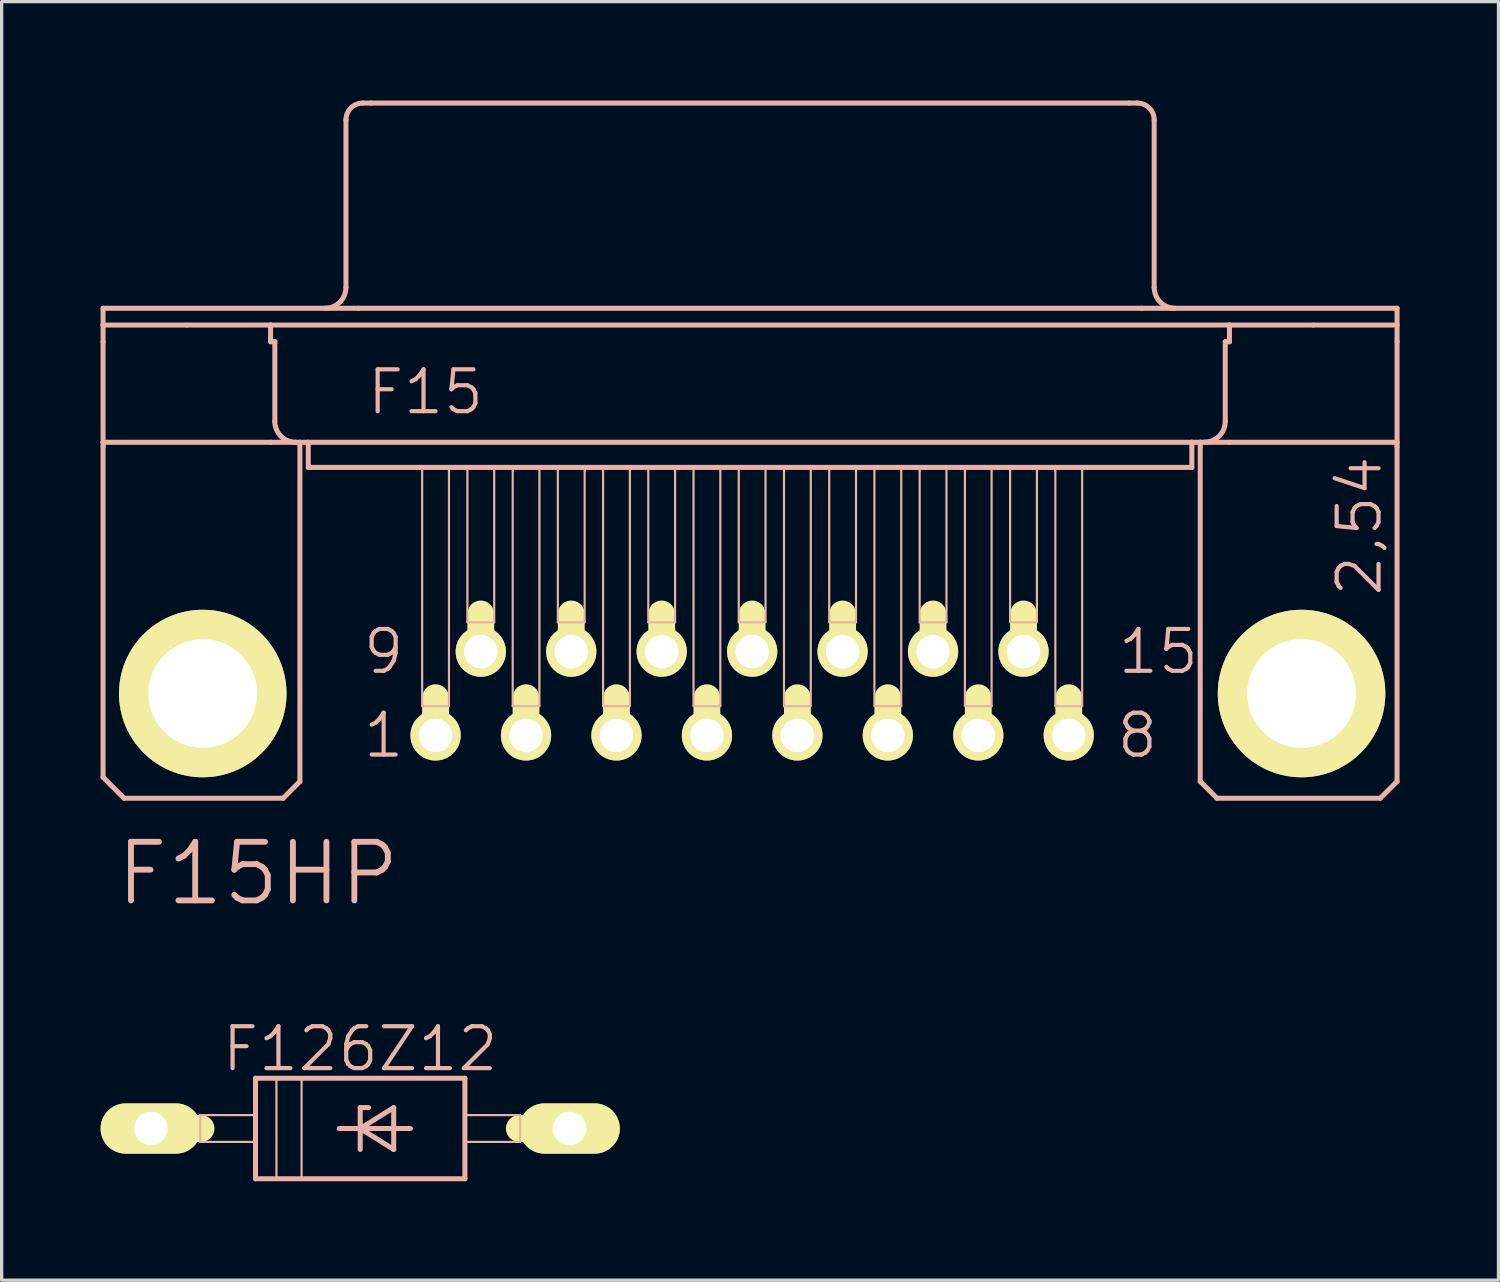
<source format=kicad_pcb>
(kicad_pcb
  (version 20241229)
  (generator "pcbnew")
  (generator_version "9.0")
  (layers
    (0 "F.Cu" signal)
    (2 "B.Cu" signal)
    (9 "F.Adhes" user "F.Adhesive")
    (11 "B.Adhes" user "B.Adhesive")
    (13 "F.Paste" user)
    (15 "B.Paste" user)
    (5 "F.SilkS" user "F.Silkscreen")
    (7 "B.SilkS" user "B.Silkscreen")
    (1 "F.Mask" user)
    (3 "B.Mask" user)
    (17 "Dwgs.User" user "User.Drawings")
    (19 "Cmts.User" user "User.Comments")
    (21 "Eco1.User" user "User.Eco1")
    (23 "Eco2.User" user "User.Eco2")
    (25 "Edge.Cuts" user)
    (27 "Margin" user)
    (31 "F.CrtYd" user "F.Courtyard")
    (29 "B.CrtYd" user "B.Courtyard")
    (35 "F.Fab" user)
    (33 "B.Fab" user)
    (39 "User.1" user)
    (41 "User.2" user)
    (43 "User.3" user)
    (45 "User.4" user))
  (footprint "F15HP"
    (layer "F.Cu")
    (at 19.761 17.983)
    (property "Reference" "F15HP" (at -14.986 5.461 0) (layer "B.SilkS") (effects (font (size 1.778 1.778) (thickness 0.178))))
    (attr exclude_from_pos_files exclude_from_bom)
    (fp_line (start -9.601 1.143) (end -9.601 0.127) (stroke (width 0.813) (type solid)) (layer "F.SilkS"))
    (fp_line (start -8.23 -1.397) (end -8.23 -2.413) (stroke (width 0.813) (type solid)) (layer "F.SilkS"))
    (fp_line (start -6.858 1.143) (end -6.858 0.127) (stroke (width 0.813) (type solid)) (layer "F.SilkS"))
    (fp_line (start -5.486 -1.397) (end -5.486 -2.413) (stroke (width 0.813) (type solid)) (layer "F.SilkS"))
    (fp_line (start -4.115 1.143) (end -4.115 0.127) (stroke (width 0.813) (type solid)) (layer "F.SilkS"))
    (fp_line (start -2.743 -1.397) (end -2.743 -2.413) (stroke (width 0.813) (type solid)) (layer "F.SilkS"))
    (fp_line (start -1.372 1.143) (end -1.372 0.127) (stroke (width 0.813) (type solid)) (layer "F.SilkS"))
    (fp_line (start 0 -1.397) (end 0 -2.413) (stroke (width 0.813) (type solid)) (layer "F.SilkS"))
    (fp_line (start 1.372 1.143) (end 1.372 0.127) (stroke (width 0.813) (type solid)) (layer "F.SilkS"))
    (fp_line (start 2.743 -1.397) (end 2.743 -2.413) (stroke (width 0.813) (type solid)) (layer "F.SilkS"))
    (fp_line (start 4.115 1.143) (end 4.115 0.127) (stroke (width 0.813) (type solid)) (layer "F.SilkS"))
    (fp_line (start 5.486 -1.397) (end 5.486 -2.413) (stroke (width 0.813) (type solid)) (layer "F.SilkS"))
    (fp_line (start 6.858 1.143) (end 6.858 0.127) (stroke (width 0.813) (type solid)) (layer "F.SilkS"))
    (fp_line (start 8.23 -1.397) (end 8.23 -2.413) (stroke (width 0.813) (type solid)) (layer "F.SilkS"))
    (fp_line (start 9.601 1.143) (end 9.601 0.127) (stroke (width 0.813) (type solid)) (layer "F.SilkS"))
    (fp_line (start -19.685 -11.684) (end -11.938 -11.684) (stroke (width 0.152) (type solid)) (layer "B.SilkS"))
    (fp_line (start -19.685 -11.684) (end 19.558 -11.684) (stroke (width 0.066) (type solid)) (layer "B.SilkS"))
    (fp_line (start -19.685 -11.176) (end -19.685 -11.684) (stroke (width 0.066) (type solid)) (layer "B.SilkS"))
    (fp_line (start -19.685 -11.176) (end -19.685 -11.684) (stroke (width 0.152) (type solid)) (layer "B.SilkS"))
    (fp_line (start -19.685 -11.176) (end -17.145 -11.176) (stroke (width 0.152) (type solid)) (layer "B.SilkS"))
    (fp_line (start -19.685 -11.176) (end 19.558 -11.176) (stroke (width 0.066) (type solid)) (layer "B.SilkS"))
    (fp_line (start -19.685 -10.668) (end -19.685 -11.176) (stroke (width 0.152) (type solid)) (layer "B.SilkS"))
    (fp_line (start -19.685 -7.62) (end -19.685 -10.668) (stroke (width 0.152) (type solid)) (layer "B.SilkS"))
    (fp_line (start -19.685 -7.62) (end -19.685 -7.493) (stroke (width 0.152) (type solid)) (layer "B.SilkS"))
    (fp_line (start -19.685 -7.62) (end -14.605 -7.62) (stroke (width 0.152) (type solid)) (layer "B.SilkS"))
    (fp_line (start -19.685 2.54) (end -19.685 -7.493) (stroke (width 0.152) (type solid)) (layer "B.SilkS"))
    (fp_line (start -19.05 3.175) (end -19.685 2.54) (stroke (width 0.152) (type solid)) (layer "B.SilkS"))
    (fp_line (start -17.145 -11.176) (end -14.605 -11.176) (stroke (width 0.152) (type solid)) (layer "B.SilkS"))
    (fp_line (start -14.605 -11.176) (end 14.475 -11.176) (stroke (width 0.152) (type solid)) (layer "B.SilkS"))
    (fp_line (start -14.605 -10.668) (end -14.605 -11.176) (stroke (width 0.152) (type solid)) (layer "B.SilkS"))
    (fp_line (start -14.605 -10.668) (end -14.475 -10.668) (stroke (width 0.152) (type solid)) (layer "B.SilkS"))
    (fp_line (start -14.605 -7.62) (end -13.716 -7.62) (stroke (width 0.152) (type solid)) (layer "B.SilkS"))
    (fp_line (start -14.475 -8.255) (end -14.475 -10.668) (stroke (width 0.152) (type solid)) (layer "B.SilkS"))
    (fp_line (start -14.224 3.175) (end -19.05 3.175) (stroke (width 0.152) (type solid)) (layer "B.SilkS"))
    (fp_line (start -14.224 3.175) (end -13.716 2.667) (stroke (width 0.152) (type solid)) (layer "B.SilkS"))
    (fp_line (start -13.716 -7.62) (end -13.462 -7.62) (stroke (width 0.152) (type solid)) (layer "B.SilkS"))
    (fp_line (start -13.716 2.667) (end -13.716 -7.62) (stroke (width 0.152) (type solid)) (layer "B.SilkS"))
    (fp_line (start -13.462 -7.62) (end -13.462 -6.858) (stroke (width 0.152) (type solid)) (layer "B.SilkS"))
    (fp_line (start -13.462 -7.62) (end 13.335 -7.62) (stroke (width 0.066) (type solid)) (layer "B.SilkS"))
    (fp_line (start -13.462 -7.62) (end 13.335 -7.62) (stroke (width 0.152) (type solid)) (layer "B.SilkS"))
    (fp_line (start -13.462 -6.858) (end -13.462 -7.62) (stroke (width 0.066) (type solid)) (layer "B.SilkS"))
    (fp_line (start -13.462 -6.858) (end 13.335 -6.858) (stroke (width 0.066) (type solid)) (layer "B.SilkS"))
    (fp_line (start -13.462 -6.858) (end 13.335 -6.858) (stroke (width 0.152) (type solid)) (layer "B.SilkS"))
    (fp_line (start -12.319 -12.319) (end -12.319 -17.399) (stroke (width 0.152) (type solid)) (layer "B.SilkS"))
    (fp_line (start -11.938 -11.684) (end 11.811 -11.684) (stroke (width 0.152) (type solid)) (layer "B.SilkS"))
    (fp_line (start -11.811 -17.907) (end -11.557 -17.907) (stroke (width 0.152) (type solid)) (layer "B.SilkS"))
    (fp_line (start -11.557 -17.907) (end 11.43 -17.907) (stroke (width 0.152) (type solid)) (layer "B.SilkS"))
    (fp_line (start -10.008 -6.858) (end -9.195 -6.858) (stroke (width 0.066) (type solid)) (layer "B.SilkS"))
    (fp_line (start -10.008 0.381) (end -10.008 -6.858) (stroke (width 0.066) (type solid)) (layer "B.SilkS"))
    (fp_line (start -10.008 0.381) (end -9.195 0.381) (stroke (width 0.066) (type solid)) (layer "B.SilkS"))
    (fp_line (start -9.195 0.381) (end -9.195 -6.858) (stroke (width 0.066) (type solid)) (layer "B.SilkS"))
    (fp_line (start -8.636 -6.858) (end -7.823 -6.858) (stroke (width 0.066) (type solid)) (layer "B.SilkS"))
    (fp_line (start -8.636 -2.159) (end -8.636 -6.858) (stroke (width 0.066) (type solid)) (layer "B.SilkS"))
    (fp_line (start -8.636 -2.159) (end -7.823 -2.159) (stroke (width 0.066) (type solid)) (layer "B.SilkS"))
    (fp_line (start -7.823 -2.159) (end -7.823 -6.858) (stroke (width 0.066) (type solid)) (layer "B.SilkS"))
    (fp_line (start -7.262 -6.858) (end -6.452 -6.858) (stroke (width 0.066) (type solid)) (layer "B.SilkS"))
    (fp_line (start -7.262 0.381) (end -7.262 -6.858) (stroke (width 0.066) (type solid)) (layer "B.SilkS"))
    (fp_line (start -7.262 0.381) (end -6.452 0.381) (stroke (width 0.066) (type solid)) (layer "B.SilkS"))
    (fp_line (start -6.452 0.381) (end -6.452 -6.858) (stroke (width 0.066) (type solid)) (layer "B.SilkS"))
    (fp_line (start -5.893 -6.858) (end -5.08 -6.858) (stroke (width 0.066) (type solid)) (layer "B.SilkS"))
    (fp_line (start -5.893 -2.159) (end -5.893 -6.858) (stroke (width 0.066) (type solid)) (layer "B.SilkS"))
    (fp_line (start -5.893 -2.159) (end -5.08 -2.159) (stroke (width 0.066) (type solid)) (layer "B.SilkS"))
    (fp_line (start -5.08 -2.159) (end -5.08 -6.858) (stroke (width 0.066) (type solid)) (layer "B.SilkS"))
    (fp_line (start -4.521 -6.858) (end -3.708 -6.858) (stroke (width 0.066) (type solid)) (layer "B.SilkS"))
    (fp_line (start -4.521 0.381) (end -4.521 -6.858) (stroke (width 0.066) (type solid)) (layer "B.SilkS"))
    (fp_line (start -4.521 0.381) (end -3.708 0.381) (stroke (width 0.066) (type solid)) (layer "B.SilkS"))
    (fp_line (start -3.708 0.381) (end -3.708 -6.858) (stroke (width 0.066) (type solid)) (layer "B.SilkS"))
    (fp_line (start -3.15 -6.858) (end -2.337 -6.858) (stroke (width 0.066) (type solid)) (layer "B.SilkS"))
    (fp_line (start -3.15 -2.159) (end -3.15 -6.858) (stroke (width 0.066) (type solid)) (layer "B.SilkS"))
    (fp_line (start -3.15 -2.159) (end -2.337 -2.159) (stroke (width 0.066) (type solid)) (layer "B.SilkS"))
    (fp_line (start -2.337 -2.159) (end -2.337 -6.858) (stroke (width 0.066) (type solid)) (layer "B.SilkS"))
    (fp_line (start -1.778 -6.858) (end -0.965 -6.858) (stroke (width 0.066) (type solid)) (layer "B.SilkS"))
    (fp_line (start -1.778 0.381) (end -1.778 -6.858) (stroke (width 0.066) (type solid)) (layer "B.SilkS"))
    (fp_line (start -1.778 0.381) (end -0.965 0.381) (stroke (width 0.066) (type solid)) (layer "B.SilkS"))
    (fp_line (start -0.965 0.381) (end -0.965 -6.858) (stroke (width 0.066) (type solid)) (layer "B.SilkS"))
    (fp_line (start -0.406 -6.858) (end 0.406 -6.858) (stroke (width 0.066) (type solid)) (layer "B.SilkS"))
    (fp_line (start -0.406 -2.159) (end -0.406 -6.858) (stroke (width 0.066) (type solid)) (layer "B.SilkS"))
    (fp_line (start -0.406 -2.159) (end 0.406 -2.159) (stroke (width 0.066) (type solid)) (layer "B.SilkS"))
    (fp_line (start 0.406 -2.159) (end 0.406 -6.858) (stroke (width 0.066) (type solid)) (layer "B.SilkS"))
    (fp_line (start 0.965 -6.858) (end 1.778 -6.858) (stroke (width 0.066) (type solid)) (layer "B.SilkS"))
    (fp_line (start 0.965 0.381) (end 0.965 -6.858) (stroke (width 0.066) (type solid)) (layer "B.SilkS"))
    (fp_line (start 0.965 0.381) (end 1.778 0.381) (stroke (width 0.066) (type solid)) (layer "B.SilkS"))
    (fp_line (start 1.778 0.381) (end 1.778 -6.858) (stroke (width 0.066) (type solid)) (layer "B.SilkS"))
    (fp_line (start 2.337 -6.858) (end 3.15 -6.858) (stroke (width 0.066) (type solid)) (layer "B.SilkS"))
    (fp_line (start 2.337 -2.159) (end 2.337 -6.858) (stroke (width 0.066) (type solid)) (layer "B.SilkS"))
    (fp_line (start 2.337 -2.159) (end 3.15 -2.159) (stroke (width 0.066) (type solid)) (layer "B.SilkS"))
    (fp_line (start 3.15 -2.159) (end 3.15 -6.858) (stroke (width 0.066) (type solid)) (layer "B.SilkS"))
    (fp_line (start 3.708 -6.858) (end 4.521 -6.858) (stroke (width 0.066) (type solid)) (layer "B.SilkS"))
    (fp_line (start 3.708 0.381) (end 3.708 -6.858) (stroke (width 0.066) (type solid)) (layer "B.SilkS"))
    (fp_line (start 3.708 0.381) (end 4.521 0.381) (stroke (width 0.066) (type solid)) (layer "B.SilkS"))
    (fp_line (start 4.521 0.381) (end 4.521 -6.858) (stroke (width 0.066) (type solid)) (layer "B.SilkS"))
    (fp_line (start 5.08 -6.858) (end 5.893 -6.858) (stroke (width 0.066) (type solid)) (layer "B.SilkS"))
    (fp_line (start 5.08 -2.159) (end 5.08 -6.858) (stroke (width 0.066) (type solid)) (layer "B.SilkS"))
    (fp_line (start 5.08 -2.159) (end 5.893 -2.159) (stroke (width 0.066) (type solid)) (layer "B.SilkS"))
    (fp_line (start 5.893 -2.159) (end 5.893 -6.858) (stroke (width 0.066) (type solid)) (layer "B.SilkS"))
    (fp_line (start 6.452 -6.858) (end 7.262 -6.858) (stroke (width 0.066) (type solid)) (layer "B.SilkS"))
    (fp_line (start 6.452 0.381) (end 6.452 -6.858) (stroke (width 0.066) (type solid)) (layer "B.SilkS"))
    (fp_line (start 6.452 0.381) (end 7.262 0.381) (stroke (width 0.066) (type solid)) (layer "B.SilkS"))
    (fp_line (start 7.262 0.381) (end 7.262 -6.858) (stroke (width 0.066) (type solid)) (layer "B.SilkS"))
    (fp_line (start 7.823 -6.858) (end 8.636 -6.858) (stroke (width 0.066) (type solid)) (layer "B.SilkS"))
    (fp_line (start 7.823 -2.159) (end 7.823 -6.858) (stroke (width 0.066) (type solid)) (layer "B.SilkS"))
    (fp_line (start 7.823 -2.159) (end 8.636 -2.159) (stroke (width 0.066) (type solid)) (layer "B.SilkS"))
    (fp_line (start 8.636 -2.159) (end 8.636 -6.858) (stroke (width 0.066) (type solid)) (layer "B.SilkS"))
    (fp_line (start 9.195 -6.858) (end 10.008 -6.858) (stroke (width 0.066) (type solid)) (layer "B.SilkS"))
    (fp_line (start 9.195 0.381) (end 9.195 -6.858) (stroke (width 0.066) (type solid)) (layer "B.SilkS"))
    (fp_line (start 9.195 0.381) (end 10.008 0.381) (stroke (width 0.066) (type solid)) (layer "B.SilkS"))
    (fp_line (start 10.008 0.381) (end 10.008 -6.858) (stroke (width 0.066) (type solid)) (layer "B.SilkS"))
    (fp_line (start 11.43 -17.907) (end 11.684 -17.907) (stroke (width 0.152) (type solid)) (layer "B.SilkS"))
    (fp_line (start 11.811 -11.684) (end 19.558 -11.684) (stroke (width 0.152) (type solid)) (layer "B.SilkS"))
    (fp_line (start 12.192 -12.319) (end 12.192 -17.399) (stroke (width 0.152) (type solid)) (layer "B.SilkS"))
    (fp_line (start 13.335 -7.62) (end 13.335 -6.858) (stroke (width 0.152) (type solid)) (layer "B.SilkS"))
    (fp_line (start 13.335 -7.62) (end 13.589 -7.62) (stroke (width 0.152) (type solid)) (layer "B.SilkS"))
    (fp_line (start 13.335 -6.858) (end 13.335 -7.62) (stroke (width 0.066) (type solid)) (layer "B.SilkS"))
    (fp_line (start 13.589 -7.62) (end 14.475 -7.62) (stroke (width 0.152) (type solid)) (layer "B.SilkS"))
    (fp_line (start 13.589 2.667) (end 13.589 -7.62) (stroke (width 0.152) (type solid)) (layer "B.SilkS"))
    (fp_line (start 13.589 2.667) (end 14.097 3.175) (stroke (width 0.152) (type solid)) (layer "B.SilkS"))
    (fp_line (start 14.097 3.175) (end 19.05 3.175) (stroke (width 0.152) (type solid)) (layer "B.SilkS"))
    (fp_line (start 14.348 -10.668) (end 14.475 -10.668) (stroke (width 0.152) (type solid)) (layer "B.SilkS"))
    (fp_line (start 14.348 -8.255) (end 14.348 -10.668) (stroke (width 0.152) (type solid)) (layer "B.SilkS"))
    (fp_line (start 14.475 -11.176) (end 17.018 -11.176) (stroke (width 0.152) (type solid)) (layer "B.SilkS"))
    (fp_line (start 14.475 -10.668) (end 14.475 -11.176) (stroke (width 0.152) (type solid)) (layer "B.SilkS"))
    (fp_line (start 14.475 -7.62) (end 19.558 -7.62) (stroke (width 0.152) (type solid)) (layer "B.SilkS"))
    (fp_line (start 17.018 -11.176) (end 19.558 -11.176) (stroke (width 0.152) (type solid)) (layer "B.SilkS"))
    (fp_line (start 19.05 3.175) (end 19.558 2.667) (stroke (width 0.152) (type solid)) (layer "B.SilkS"))
    (fp_line (start 19.558 -11.684) (end 19.558 -11.176) (stroke (width 0.152) (type solid)) (layer "B.SilkS"))
    (fp_line (start 19.558 -11.176) (end 19.558 -11.684) (stroke (width 0.066) (type solid)) (layer "B.SilkS"))
    (fp_line (start 19.558 -11.176) (end 19.558 -10.668) (stroke (width 0.152) (type solid)) (layer "B.SilkS"))
    (fp_line (start 19.558 -10.668) (end 19.558 -7.62) (stroke (width 0.152) (type solid)) (layer "B.SilkS"))
    (fp_line (start 19.558 -7.62) (end 19.558 -7.493) (stroke (width 0.152) (type solid)) (layer "B.SilkS"))
    (fp_line (start 19.558 2.667) (end 19.558 -7.493) (stroke (width 0.152) (type solid)) (layer "B.SilkS"))
    (fp_arc (start -13.843 -7.62) (mid -14.292013 -7.805987) (end -14.478 -8.255) (stroke (width 0.1524) (type solid)) (layer "B.SilkS"))
    (fp_arc (start -12.319 -17.399) (mid -12.17021 -17.75821) (end -11.811 -17.907) (stroke (width 0.1524) (type solid)) (layer "B.SilkS"))
    (fp_arc (start -12.319 -12.319) (mid -12.504987 -11.869987) (end -12.954 -11.684) (stroke (width 0.1524) (type solid)) (layer "B.SilkS"))
    (fp_arc (start 11.684 -17.907) (mid 12.04321 -17.75821) (end 12.192 -17.399) (stroke (width 0.1524) (type solid)) (layer "B.SilkS"))
    (fp_arc (start 12.827 -11.684) (mid 12.377987 -11.869987) (end 12.192 -12.319) (stroke (width 0.1524) (type solid)) (layer "B.SilkS"))
    (fp_arc (start 14.34846 -8.255) (mid 14.163217 -7.807783) (end 13.716 -7.62254) (stroke (width 0.1524) (type solid)) (layer "B.SilkS"))
    (fp_circle (center -16.662 0) (end -17.488 0.826) (stroke (width 0.076) (type solid)) (fill no) (layer "B.SilkS"))
    (fp_circle (center 16.662 0) (end 17.488 0.826) (stroke (width 0.076) (type solid)) (fill no) (layer "B.SilkS"))
    (fp_text user "1" (at -11.176 1.27 0) (layer "B.SilkS") (effects (font (size 1.27 1.27) (thickness 0.127))))
    (fp_text user "2,54" (at 18.415 -5.08 90) (layer "B.SilkS") (effects (font (size 1.27 1.27) (thickness 0.127))))
    (fp_text user "8" (at 11.684 1.27 0) (layer "B.SilkS") (effects (font (size 1.27 1.27) (thickness 0.127))))
    (fp_text user "F15" (at -9.906 -9.144 0) (layer "B.SilkS") (effects (font (size 1.27 1.27) (thickness 0.127))))
    (fp_text user "9" (at -11.176 -1.27 0) (layer "B.SilkS") (effects (font (size 1.27 1.27) (thickness 0.127))))
    (fp_text user "15" (at 12.319 -1.27 0) (layer "B.SilkS") (effects (font (size 1.27 1.27) (thickness 0.127))))
    (pad "1" thru_hole circle (at -9.601 1.27) (size 1.524 1.524) (drill 1.016) (layers "*.Cu" "F.Mask" "F.SilkS" "F.Paste"))
    (pad "2" thru_hole circle (at -6.858 1.27) (size 1.524 1.524) (drill 1.016) (layers "*.Cu" "F.Mask" "F.SilkS" "F.Paste"))
    (pad "3" thru_hole circle (at -4.115 1.27) (size 1.524 1.524) (drill 1.016) (layers "*.Cu" "F.Mask" "F.SilkS" "F.Paste"))
    (pad "4" thru_hole circle (at -1.372 1.27) (size 1.524 1.524) (drill 1.016) (layers "*.Cu" "F.Mask" "F.SilkS" "F.Paste"))
    (pad "5" thru_hole circle (at 1.372 1.27) (size 1.524 1.524) (drill 1.016) (layers "*.Cu" "F.Mask" "F.SilkS" "F.Paste"))
    (pad "6" thru_hole circle (at 4.115 1.27) (size 1.524 1.524) (drill 1.016) (layers "*.Cu" "F.Mask" "F.SilkS" "F.Paste"))
    (pad "7" thru_hole circle (at 6.858 1.27) (size 1.524 1.524) (drill 1.016) (layers "*.Cu" "F.Mask" "F.SilkS" "F.Paste"))
    (pad "8" thru_hole circle (at 9.601 1.27) (size 1.524 1.524) (drill 1.016) (layers "*.Cu" "F.Mask" "F.SilkS" "F.Paste"))
    (pad "9" thru_hole circle (at -8.23 -1.27) (size 1.524 1.524) (drill 1.016) (layers "*.Cu" "F.Mask" "F.SilkS" "F.Paste"))
    (pad "10" thru_hole circle (at -5.486 -1.27) (size 1.524 1.524) (drill 1.016) (layers "*.Cu" "F.Mask" "F.SilkS" "F.Paste"))
    (pad "11" thru_hole circle (at -2.743 -1.27) (size 1.524 1.524) (drill 1.016) (layers "*.Cu" "F.Mask" "F.SilkS" "F.Paste"))
    (pad "12" thru_hole circle (at 0 -1.27) (size 1.524 1.524) (drill 1.016) (layers "*.Cu" "F.Mask" "F.SilkS" "F.Paste"))
    (pad "13" thru_hole circle (at 2.743 -1.27) (size 1.524 1.524) (drill 1.016) (layers "*.Cu" "F.Mask" "F.SilkS" "F.Paste"))
    (pad "14" thru_hole circle (at 5.486 -1.27) (size 1.524 1.524) (drill 1.016) (layers "*.Cu" "F.Mask" "F.SilkS" "F.Paste"))
    (pad "15" thru_hole circle (at 8.23 -1.27) (size 1.524 1.524) (drill 1.016) (layers "*.Cu" "F.Mask" "F.SilkS" "F.Paste"))
    (pad "G1" thru_hole circle (at -16.662 0) (size 5.08 5.08) (drill 3.302) (layers "*.Cu" "F.Mask" "F.SilkS" "F.Paste"))
    (pad "G2" thru_hole circle (at 16.662 0) (size 5.08 5.08) (drill 3.302) (layers "*.Cu" "F.Mask" "F.SilkS" "F.Paste")))
  (footprint "F126Z12"
    (layer "F.Cu")
    (at 7.874 31.175)
    (property "Reference" "F126Z12" (at 0 -2.413 0) (layer "B.SilkS") (effects (font (size 1.27 1.27) (thickness 0.127))))
    (attr exclude_from_pos_files exclude_from_bom)
    (fp_line (start -6.35 0) (end -4.826 0) (stroke (width 0.813) (type solid)) (layer "F.SilkS"))
    (fp_line (start 6.35 0) (end 4.826 0) (stroke (width 0.813) (type solid)) (layer "F.SilkS"))
    (fp_line (start -4.851 -0.406) (end -3.175 -0.406) (stroke (width 0.066) (type solid)) (layer "B.SilkS"))
    (fp_line (start -4.851 0.406) (end -4.851 -0.406) (stroke (width 0.066) (type solid)) (layer "B.SilkS"))
    (fp_line (start -4.851 0.406) (end -3.175 0.406) (stroke (width 0.066) (type solid)) (layer "B.SilkS"))
    (fp_line (start -3.175 -1.524) (end -3.175 1.524) (stroke (width 0.152) (type solid)) (layer "B.SilkS"))
    (fp_line (start -3.175 0.406) (end -3.175 -0.406) (stroke (width 0.066) (type solid)) (layer "B.SilkS"))
    (fp_line (start -3.175 1.524) (end 3.175 1.524) (stroke (width 0.152) (type solid)) (layer "B.SilkS"))
    (fp_line (start -2.54 -1.524) (end -1.778 -1.524) (stroke (width 0.066) (type solid)) (layer "B.SilkS"))
    (fp_line (start -2.54 1.524) (end -2.54 -1.524) (stroke (width 0.066) (type solid)) (layer "B.SilkS"))
    (fp_line (start -2.54 1.524) (end -1.778 1.524) (stroke (width 0.066) (type solid)) (layer "B.SilkS"))
    (fp_line (start -1.778 1.524) (end -1.778 -1.524) (stroke (width 0.066) (type solid)) (layer "B.SilkS"))
    (fp_line (start -0.635 0) (end 0 0) (stroke (width 0.152) (type solid)) (layer "B.SilkS"))
    (fp_line (start 0 -0.635) (end 0 0) (stroke (width 0.152) (type solid)) (layer "B.SilkS"))
    (fp_line (start 0 0) (end 0 0.635) (stroke (width 0.152) (type solid)) (layer "B.SilkS"))
    (fp_line (start 0 0) (end 1.016 -0.635) (stroke (width 0.152) (type solid)) (layer "B.SilkS"))
    (fp_line (start 0 0) (end 1.524 0) (stroke (width 0.152) (type solid)) (layer "B.SilkS"))
    (fp_line (start 0.254 -0.635) (end 0 -0.635) (stroke (width 0.152) (type solid)) (layer "B.SilkS"))
    (fp_line (start 1.016 -0.635) (end 1.016 0.635) (stroke (width 0.152) (type solid)) (layer "B.SilkS"))
    (fp_line (start 1.016 0.635) (end 0 0) (stroke (width 0.152) (type solid)) (layer "B.SilkS"))
    (fp_line (start 3.175 -1.524) (end -3.175 -1.524) (stroke (width 0.152) (type solid)) (layer "B.SilkS"))
    (fp_line (start 3.175 -0.406) (end 4.851 -0.406) (stroke (width 0.066) (type solid)) (layer "B.SilkS"))
    (fp_line (start 3.175 0.406) (end 3.175 -0.406) (stroke (width 0.066) (type solid)) (layer "B.SilkS"))
    (fp_line (start 3.175 0.406) (end 4.851 0.406) (stroke (width 0.066) (type solid)) (layer "B.SilkS"))
    (fp_line (start 3.175 1.524) (end 3.175 -1.524) (stroke (width 0.152) (type solid)) (layer "B.SilkS"))
    (fp_line (start 4.851 0.406) (end 4.851 -0.406) (stroke (width 0.066) (type solid)) (layer "B.SilkS"))
    (pad "A" thru_hole oval (at 6.35 0 90) (size 1.524 3.048) (drill 1.016) (layers "*.Cu" "F.Mask" "F.SilkS" "F.Paste"))
    (pad "C" thru_hole oval (at -6.35 0 90) (size 1.524 3.048) (drill 1.016) (layers "*.Cu" "F.Mask" "F.SilkS" "F.Paste")))
  (gr_rect
    (start -3 -3)
    (end 42.395 35.775)
    (stroke (width 0.1) (type default))
    (fill no)
    (layer "Edge.Cuts")))
</source>
